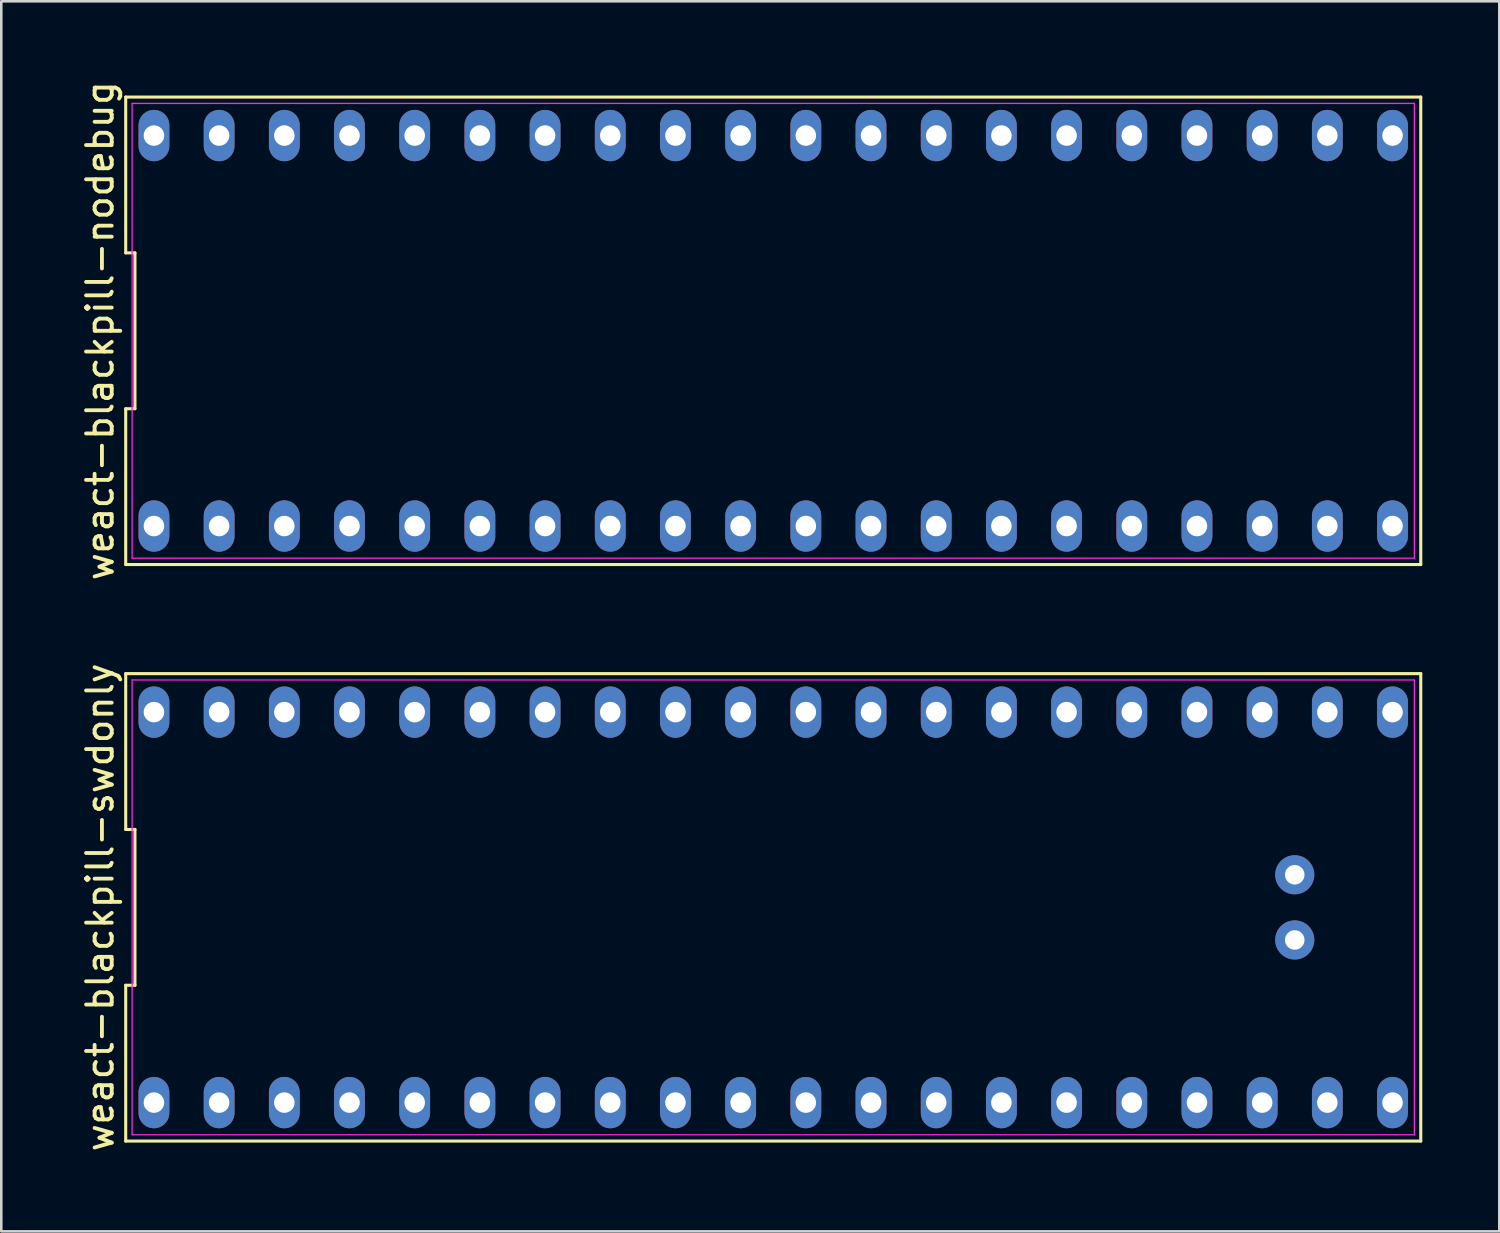
<source format=kicad_pcb>
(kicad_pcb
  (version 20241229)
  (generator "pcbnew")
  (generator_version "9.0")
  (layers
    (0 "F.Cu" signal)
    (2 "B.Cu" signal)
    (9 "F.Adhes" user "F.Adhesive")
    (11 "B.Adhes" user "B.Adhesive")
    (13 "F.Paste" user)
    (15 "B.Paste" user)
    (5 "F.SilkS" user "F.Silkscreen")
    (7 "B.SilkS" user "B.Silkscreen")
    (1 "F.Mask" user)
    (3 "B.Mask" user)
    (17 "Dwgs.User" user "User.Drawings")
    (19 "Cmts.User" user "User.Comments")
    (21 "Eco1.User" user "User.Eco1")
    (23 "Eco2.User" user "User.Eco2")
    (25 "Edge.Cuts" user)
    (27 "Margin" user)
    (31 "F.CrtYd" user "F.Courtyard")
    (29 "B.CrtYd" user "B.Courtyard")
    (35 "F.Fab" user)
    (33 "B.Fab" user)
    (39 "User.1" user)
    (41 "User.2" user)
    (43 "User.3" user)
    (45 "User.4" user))
  (footprint "weact-blackpill-swdonly"
    (layer "F.Cu")
    (at 27.078 32.304)
    (property "Reference" "weact-blackpill-swdonly" (at -26.23 0 90) (layer "F.SilkS") (effects (font (size 1 1) (thickness 0.15))))
    (attr through_hole)
    (fp_line (start -25.23 -9.107) (end -25.23 -3.036) (stroke (width 0.12) (type solid)) (layer "F.SilkS"))
    (fp_line (start -25.23 -3.036) (end -24.87 -3.036) (stroke (width 0.12) (type solid)) (layer "F.SilkS"))
    (fp_line (start -25.23 3.036) (end -25.23 9.107) (stroke (width 0.12) (type solid)) (layer "F.SilkS"))
    (fp_line (start -25.23 9.107) (end 25.23 9.107) (stroke (width 0.12) (type solid)) (layer "F.SilkS"))
    (fp_line (start -24.87 -3.036) (end -24.87 3.036) (stroke (width 0.12) (type solid)) (layer "F.SilkS"))
    (fp_line (start -24.87 3.036) (end -25.23 3.036) (stroke (width 0.12) (type solid)) (layer "F.SilkS"))
    (fp_line (start 25.23 -9.107) (end -25.23 -9.107) (stroke (width 0.12) (type solid)) (layer "F.SilkS"))
    (fp_line (start 25.23 9.107) (end 25.23 -9.107) (stroke (width 0.12) (type solid)) (layer "F.SilkS"))
    (fp_line (start -24.98 -8.86) (end 24.98 -8.86) (stroke (width 0.05) (type solid)) (layer "F.CrtYd"))
    (fp_line (start -24.98 8.86) (end -24.98 -8.86) (stroke (width 0.05) (type solid)) (layer "F.CrtYd"))
    (fp_line (start 24.98 -8.86) (end 24.98 8.86) (stroke (width 0.05) (type solid)) (layer "F.CrtYd"))
    (fp_line (start 24.98 8.86) (end -24.98 8.86) (stroke (width 0.05) (type solid)) (layer "F.CrtYd"))
    (pad "1" thru_hole oval (at -24.13 7.607) (size 1.2 2) (drill 0.8) (layers "*.Cu" "*.Mask"))
    (pad "2" thru_hole oval (at -21.59 7.607) (size 1.2 2) (drill 0.8) (layers "*.Cu" "*.Mask"))
    (pad "3" thru_hole oval (at -19.05 7.607) (size 1.2 2) (drill 0.8) (layers "*.Cu" "*.Mask"))
    (pad "4" thru_hole oval (at -16.51 7.607) (size 1.2 2) (drill 0.8) (layers "*.Cu" "*.Mask"))
    (pad "5" thru_hole oval (at -13.97 7.607) (size 1.2 2) (drill 0.8) (layers "*.Cu" "*.Mask"))
    (pad "6" thru_hole oval (at -11.43 7.607) (size 1.2 2) (drill 0.8) (layers "*.Cu" "*.Mask"))
    (pad "7" thru_hole oval (at -8.89 7.607) (size 1.2 2) (drill 0.8) (layers "*.Cu" "*.Mask"))
    (pad "8" thru_hole oval (at -6.35 7.607) (size 1.2 2) (drill 0.8) (layers "*.Cu" "*.Mask"))
    (pad "9" thru_hole oval (at -3.81 7.607) (size 1.2 2) (drill 0.8) (layers "*.Cu" "*.Mask"))
    (pad "10" thru_hole oval (at -1.27 7.607) (size 1.2 2) (drill 0.8) (layers "*.Cu" "*.Mask"))
    (pad "11" thru_hole oval (at 1.27 7.607) (size 1.2 2) (drill 0.8) (layers "*.Cu" "*.Mask"))
    (pad "12" thru_hole oval (at 3.81 7.607) (size 1.2 2) (drill 0.8) (layers "*.Cu" "*.Mask"))
    (pad "13" thru_hole oval (at 6.35 7.607) (size 1.2 2) (drill 0.8) (layers "*.Cu" "*.Mask"))
    (pad "14" thru_hole oval (at 8.89 7.607) (size 1.2 2) (drill 0.8) (layers "*.Cu" "*.Mask"))
    (pad "15" thru_hole oval (at 11.43 7.607) (size 1.2 2) (drill 0.8) (layers "*.Cu" "*.Mask"))
    (pad "16" thru_hole oval (at 13.97 7.607) (size 1.2 2) (drill 0.8) (layers "*.Cu" "*.Mask"))
    (pad "17" thru_hole oval (at 16.51 7.607) (size 1.2 2) (drill 0.8) (layers "*.Cu" "*.Mask"))
    (pad "18" thru_hole oval (at 19.05 7.607) (size 1.2 2) (drill 0.8) (layers "*.Cu" "*.Mask"))
    (pad "19" thru_hole oval (at 21.59 7.607) (size 1.2 2) (drill 0.8) (layers "*.Cu" "*.Mask"))
    (pad "20" thru_hole oval (at 24.13 7.607) (size 1.2 2) (drill 0.8) (layers "*.Cu" "*.Mask"))
    (pad "21" thru_hole circle (at 20.32 1.27) (size 1.524 1.524) (drill 0.762) (layers "*.Cu" "*.Mask"))
    (pad "22" thru_hole circle (at 20.32 -1.27) (size 1.524 1.524) (drill 0.762) (layers "*.Cu" "*.Mask"))
    (pad "23" thru_hole oval (at 24.13 -7.607) (size 1.2 2) (drill 0.8) (layers "*.Cu" "*.Mask"))
    (pad "24" thru_hole oval (at 21.59 -7.607) (size 1.2 2) (drill 0.8) (layers "*.Cu" "*.Mask"))
    (pad "25" thru_hole oval (at 19.05 -7.607) (size 1.2 2) (drill 0.8) (layers "*.Cu" "*.Mask"))
    (pad "26" thru_hole oval (at 16.51 -7.607) (size 1.2 2) (drill 0.8) (layers "*.Cu" "*.Mask"))
    (pad "27" thru_hole oval (at 13.97 -7.607) (size 1.2 2) (drill 0.8) (layers "*.Cu" "*.Mask"))
    (pad "28" thru_hole oval (at 11.43 -7.607) (size 1.2 2) (drill 0.8) (layers "*.Cu" "*.Mask"))
    (pad "29" thru_hole oval (at 8.89 -7.607) (size 1.2 2) (drill 0.8) (layers "*.Cu" "*.Mask"))
    (pad "30" thru_hole oval (at 6.35 -7.607) (size 1.2 2) (drill 0.8) (layers "*.Cu" "*.Mask"))
    (pad "31" thru_hole oval (at 3.81 -7.607) (size 1.2 2) (drill 0.8) (layers "*.Cu" "*.Mask"))
    (pad "32" thru_hole oval (at 1.27 -7.607) (size 1.2 2) (drill 0.8) (layers "*.Cu" "*.Mask"))
    (pad "33" thru_hole oval (at -1.27 -7.607) (size 1.2 2) (drill 0.8) (layers "*.Cu" "*.Mask"))
    (pad "34" thru_hole oval (at -3.81 -7.607) (size 1.2 2) (drill 0.8) (layers "*.Cu" "*.Mask"))
    (pad "35" thru_hole oval (at -6.35 -7.607) (size 1.2 2) (drill 0.8) (layers "*.Cu" "*.Mask"))
    (pad "36" thru_hole oval (at -8.89 -7.607) (size 1.2 2) (drill 0.8) (layers "*.Cu" "*.Mask"))
    (pad "37" thru_hole oval (at -11.43 -7.607) (size 1.2 2) (drill 0.8) (layers "*.Cu" "*.Mask"))
    (pad "38" thru_hole oval (at -13.97 -7.607) (size 1.2 2) (drill 0.8) (layers "*.Cu" "*.Mask"))
    (pad "39" thru_hole oval (at -16.51 -7.607) (size 1.2 2) (drill 0.8) (layers "*.Cu" "*.Mask"))
    (pad "40" thru_hole oval (at -19.05 -7.607) (size 1.2 2) (drill 0.8) (layers "*.Cu" "*.Mask"))
    (pad "41" thru_hole oval (at -21.59 -7.607) (size 1.2 2) (drill 0.8) (layers "*.Cu" "*.Mask"))
    (pad "42" thru_hole oval (at -24.13 -7.607) (size 1.2 2) (drill 0.8) (layers "*.Cu" "*.Mask")))
  (footprint "weact-blackpill-nodebug"
    (layer "F.Cu")
    (at 27.078 9.839)
    (property "Reference" "weact-blackpill-nodebug" (at -26.23 0 90) (layer "F.SilkS") (effects (font (size 1 1) (thickness 0.15))))
    (attr through_hole)
    (fp_line (start -25.23 -9.107) (end -25.23 -3.036) (stroke (width 0.12) (type solid)) (layer "F.SilkS"))
    (fp_line (start -25.23 -3.036) (end -24.87 -3.036) (stroke (width 0.12) (type solid)) (layer "F.SilkS"))
    (fp_line (start -25.23 3.036) (end -25.23 9.107) (stroke (width 0.12) (type solid)) (layer "F.SilkS"))
    (fp_line (start -25.23 9.107) (end 25.23 9.107) (stroke (width 0.12) (type solid)) (layer "F.SilkS"))
    (fp_line (start -24.87 -3.036) (end -24.87 3.036) (stroke (width 0.12) (type solid)) (layer "F.SilkS"))
    (fp_line (start -24.87 3.036) (end -25.23 3.036) (stroke (width 0.12) (type solid)) (layer "F.SilkS"))
    (fp_line (start 25.23 -9.107) (end -25.23 -9.107) (stroke (width 0.12) (type solid)) (layer "F.SilkS"))
    (fp_line (start 25.23 9.107) (end 25.23 -9.107) (stroke (width 0.12) (type solid)) (layer "F.SilkS"))
    (fp_line (start -24.98 -8.86) (end 24.98 -8.86) (stroke (width 0.05) (type solid)) (layer "F.CrtYd"))
    (fp_line (start -24.98 8.86) (end -24.98 -8.86) (stroke (width 0.05) (type solid)) (layer "F.CrtYd"))
    (fp_line (start 24.98 -8.86) (end 24.98 8.86) (stroke (width 0.05) (type solid)) (layer "F.CrtYd"))
    (fp_line (start 24.98 8.86) (end -24.98 8.86) (stroke (width 0.05) (type solid)) (layer "F.CrtYd"))
    (pad "1" thru_hole oval (at -24.13 7.607) (size 1.2 2) (drill 0.8) (layers "*.Cu" "*.Mask"))
    (pad "2" thru_hole oval (at -21.59 7.607) (size 1.2 2) (drill 0.8) (layers "*.Cu" "*.Mask"))
    (pad "3" thru_hole oval (at -19.05 7.607) (size 1.2 2) (drill 0.8) (layers "*.Cu" "*.Mask"))
    (pad "4" thru_hole oval (at -16.51 7.607) (size 1.2 2) (drill 0.8) (layers "*.Cu" "*.Mask"))
    (pad "5" thru_hole oval (at -13.97 7.607) (size 1.2 2) (drill 0.8) (layers "*.Cu" "*.Mask"))
    (pad "6" thru_hole oval (at -11.43 7.607) (size 1.2 2) (drill 0.8) (layers "*.Cu" "*.Mask"))
    (pad "7" thru_hole oval (at -8.89 7.607) (size 1.2 2) (drill 0.8) (layers "*.Cu" "*.Mask"))
    (pad "8" thru_hole oval (at -6.35 7.607) (size 1.2 2) (drill 0.8) (layers "*.Cu" "*.Mask"))
    (pad "9" thru_hole oval (at -3.81 7.607) (size 1.2 2) (drill 0.8) (layers "*.Cu" "*.Mask"))
    (pad "10" thru_hole oval (at -1.27 7.607) (size 1.2 2) (drill 0.8) (layers "*.Cu" "*.Mask"))
    (pad "11" thru_hole oval (at 1.27 7.607) (size 1.2 2) (drill 0.8) (layers "*.Cu" "*.Mask"))
    (pad "12" thru_hole oval (at 3.81 7.607) (size 1.2 2) (drill 0.8) (layers "*.Cu" "*.Mask"))
    (pad "13" thru_hole oval (at 6.35 7.607) (size 1.2 2) (drill 0.8) (layers "*.Cu" "*.Mask"))
    (pad "14" thru_hole oval (at 8.89 7.607) (size 1.2 2) (drill 0.8) (layers "*.Cu" "*.Mask"))
    (pad "15" thru_hole oval (at 11.43 7.607) (size 1.2 2) (drill 0.8) (layers "*.Cu" "*.Mask"))
    (pad "16" thru_hole oval (at 13.97 7.607) (size 1.2 2) (drill 0.8) (layers "*.Cu" "*.Mask"))
    (pad "17" thru_hole oval (at 16.51 7.607) (size 1.2 2) (drill 0.8) (layers "*.Cu" "*.Mask"))
    (pad "18" thru_hole oval (at 19.05 7.607) (size 1.2 2) (drill 0.8) (layers "*.Cu" "*.Mask"))
    (pad "19" thru_hole oval (at 21.59 7.607) (size 1.2 2) (drill 0.8) (layers "*.Cu" "*.Mask"))
    (pad "20" thru_hole oval (at 24.13 7.607) (size 1.2 2) (drill 0.8) (layers "*.Cu" "*.Mask"))
    (pad "21" thru_hole oval (at 24.13 -7.607) (size 1.2 2) (drill 0.8) (layers "*.Cu" "*.Mask"))
    (pad "22" thru_hole oval (at 21.59 -7.607) (size 1.2 2) (drill 0.8) (layers "*.Cu" "*.Mask"))
    (pad "23" thru_hole oval (at 19.05 -7.607) (size 1.2 2) (drill 0.8) (layers "*.Cu" "*.Mask"))
    (pad "24" thru_hole oval (at 16.51 -7.607) (size 1.2 2) (drill 0.8) (layers "*.Cu" "*.Mask"))
    (pad "25" thru_hole oval (at 13.97 -7.607) (size 1.2 2) (drill 0.8) (layers "*.Cu" "*.Mask"))
    (pad "26" thru_hole oval (at 11.43 -7.607) (size 1.2 2) (drill 0.8) (layers "*.Cu" "*.Mask"))
    (pad "27" thru_hole oval (at 8.89 -7.607) (size 1.2 2) (drill 0.8) (layers "*.Cu" "*.Mask"))
    (pad "28" thru_hole oval (at 6.35 -7.607) (size 1.2 2) (drill 0.8) (layers "*.Cu" "*.Mask"))
    (pad "29" thru_hole oval (at 3.81 -7.607) (size 1.2 2) (drill 0.8) (layers "*.Cu" "*.Mask"))
    (pad "30" thru_hole oval (at 1.27 -7.607) (size 1.2 2) (drill 0.8) (layers "*.Cu" "*.Mask"))
    (pad "31" thru_hole oval (at -1.27 -7.607) (size 1.2 2) (drill 0.8) (layers "*.Cu" "*.Mask"))
    (pad "32" thru_hole oval (at -3.81 -7.607) (size 1.2 2) (drill 0.8) (layers "*.Cu" "*.Mask"))
    (pad "33" thru_hole oval (at -6.35 -7.607) (size 1.2 2) (drill 0.8) (layers "*.Cu" "*.Mask"))
    (pad "34" thru_hole oval (at -8.89 -7.607) (size 1.2 2) (drill 0.8) (layers "*.Cu" "*.Mask"))
    (pad "35" thru_hole oval (at -11.43 -7.607) (size 1.2 2) (drill 0.8) (layers "*.Cu" "*.Mask"))
    (pad "36" thru_hole oval (at -13.97 -7.607) (size 1.2 2) (drill 0.8) (layers "*.Cu" "*.Mask"))
    (pad "37" thru_hole oval (at -16.51 -7.607) (size 1.2 2) (drill 0.8) (layers "*.Cu" "*.Mask"))
    (pad "38" thru_hole oval (at -19.05 -7.607) (size 1.2 2) (drill 0.8) (layers "*.Cu" "*.Mask"))
    (pad "39" thru_hole oval (at -21.59 -7.607) (size 1.2 2) (drill 0.8) (layers "*.Cu" "*.Mask"))
    (pad "40" thru_hole oval (at -24.13 -7.607) (size 1.2 2) (drill 0.8) (layers "*.Cu" "*.Mask")))
  (gr_rect
    (start -3 -3)
    (end 55.368 44.929)
    (stroke (width 0.1) (type default))
    (fill no)
    (layer "Edge.Cuts")))
</source>
